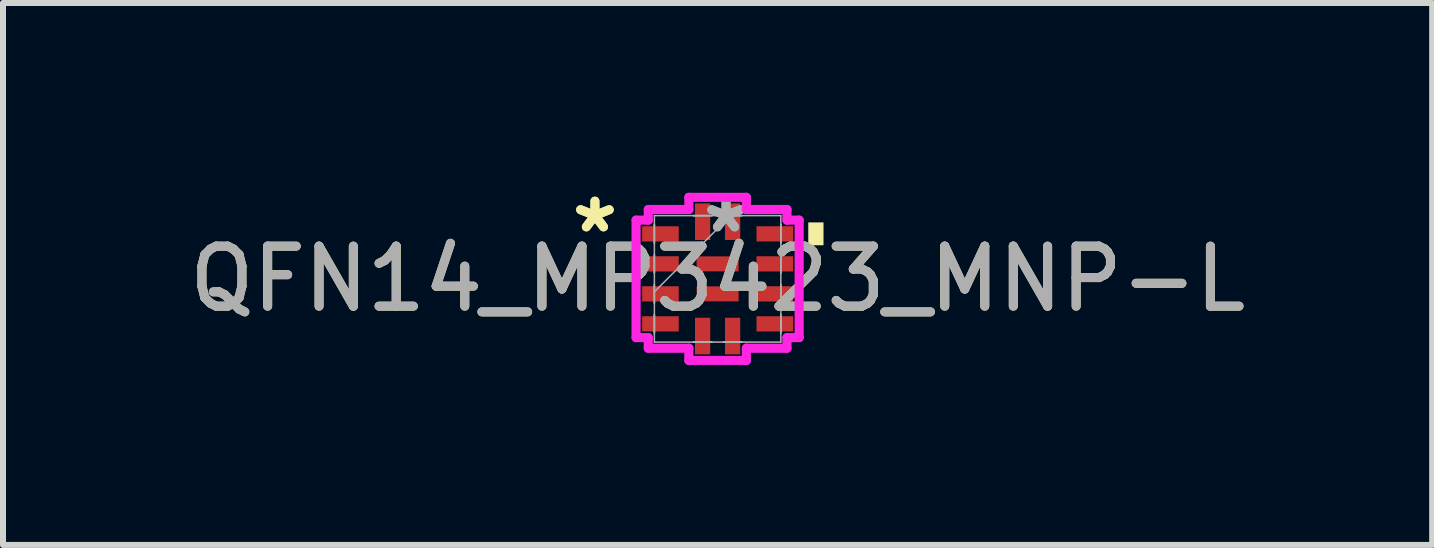
<source format=kicad_pcb>
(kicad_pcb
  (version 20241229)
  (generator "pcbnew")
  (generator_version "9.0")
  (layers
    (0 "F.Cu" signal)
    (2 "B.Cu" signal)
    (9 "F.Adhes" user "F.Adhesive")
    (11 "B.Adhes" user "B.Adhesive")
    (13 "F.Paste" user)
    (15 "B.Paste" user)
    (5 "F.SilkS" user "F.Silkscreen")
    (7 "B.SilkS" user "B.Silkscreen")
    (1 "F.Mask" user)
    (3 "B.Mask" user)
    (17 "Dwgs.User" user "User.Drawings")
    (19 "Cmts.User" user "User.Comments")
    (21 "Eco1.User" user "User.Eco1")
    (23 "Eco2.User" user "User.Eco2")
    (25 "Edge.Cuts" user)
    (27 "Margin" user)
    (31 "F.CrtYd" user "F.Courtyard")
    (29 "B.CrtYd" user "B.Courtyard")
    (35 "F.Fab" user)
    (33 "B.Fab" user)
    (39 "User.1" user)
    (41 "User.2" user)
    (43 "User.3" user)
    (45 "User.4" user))
  (footprint "QFN14_MP3423_MNP-L"
    (layer "F.Cu")
    (at 8.911 1.598)
    (property "Reference" "QFN14_MP3423_MNP-L" (at 0 0 0) (unlocked yes) (layer "F.SilkS") (effects (font (size 1 1) (thickness 0.15))))
    (attr smd)
    (fp_poly (pts (xy 1.765 -0.941) (xy 1.765 -0.56) (xy 1.511 -0.56) (xy 1.511 -0.941)) (stroke (width 0) (type solid)) (fill yes) (layer "F.SilkS"))
    (fp_line (start -1.359 -0.979) (end -1.156 -0.979) (stroke (width 0.152) (type solid)) (layer "F.CrtYd"))
    (fp_line (start -1.359 0.979) (end -1.359 -0.979) (stroke (width 0.152) (type solid)) (layer "F.CrtYd"))
    (fp_line (start -1.156 -1.156) (end -0.479 -1.156) (stroke (width 0.152) (type solid)) (layer "F.CrtYd"))
    (fp_line (start -1.156 -0.979) (end -1.156 -1.156) (stroke (width 0.152) (type solid)) (layer "F.CrtYd"))
    (fp_line (start -1.156 0.979) (end -1.359 0.979) (stroke (width 0.152) (type solid)) (layer "F.CrtYd"))
    (fp_line (start -1.156 1.156) (end -1.156 0.979) (stroke (width 0.152) (type solid)) (layer "F.CrtYd"))
    (fp_line (start -0.479 -1.359) (end 0.479 -1.359) (stroke (width 0.152) (type solid)) (layer "F.CrtYd"))
    (fp_line (start -0.479 -1.156) (end -0.479 -1.359) (stroke (width 0.152) (type solid)) (layer "F.CrtYd"))
    (fp_line (start -0.479 1.156) (end -1.156 1.156) (stroke (width 0.152) (type solid)) (layer "F.CrtYd"))
    (fp_line (start -0.479 1.359) (end -0.479 1.156) (stroke (width 0.152) (type solid)) (layer "F.CrtYd"))
    (fp_line (start 0.479 -1.359) (end 0.479 -1.156) (stroke (width 0.152) (type solid)) (layer "F.CrtYd"))
    (fp_line (start 0.479 -1.156) (end 1.156 -1.156) (stroke (width 0.152) (type solid)) (layer "F.CrtYd"))
    (fp_line (start 0.479 1.156) (end 0.479 1.359) (stroke (width 0.152) (type solid)) (layer "F.CrtYd"))
    (fp_line (start 0.479 1.359) (end -0.479 1.359) (stroke (width 0.152) (type solid)) (layer "F.CrtYd"))
    (fp_line (start 1.156 -1.156) (end 1.156 -0.979) (stroke (width 0.152) (type solid)) (layer "F.CrtYd"))
    (fp_line (start 1.156 -0.979) (end 1.359 -0.979) (stroke (width 0.152) (type solid)) (layer "F.CrtYd"))
    (fp_line (start 1.156 0.979) (end 1.156 1.156) (stroke (width 0.152) (type solid)) (layer "F.CrtYd"))
    (fp_line (start 1.156 1.156) (end 0.479 1.156) (stroke (width 0.152) (type solid)) (layer "F.CrtYd"))
    (fp_line (start 1.359 -0.979) (end 1.359 0.979) (stroke (width 0.152) (type solid)) (layer "F.CrtYd"))
    (fp_line (start 1.359 0.979) (end 1.156 0.979) (stroke (width 0.152) (type solid)) (layer "F.CrtYd"))
    (fp_line (start -1.054 -1.054) (end -1.054 1.054) (stroke (width 0.025) (type solid)) (layer "F.Fab"))
    (fp_line (start -1.054 -0.902) (end -1.054 -0.902) (stroke (width 0.025) (type solid)) (layer "F.Fab"))
    (fp_line (start -1.054 -0.902) (end -1.054 -0.598) (stroke (width 0.025) (type solid)) (layer "F.Fab"))
    (fp_line (start -1.054 -0.598) (end -1.054 -0.902) (stroke (width 0.025) (type solid)) (layer "F.Fab"))
    (fp_line (start -1.054 -0.598) (end -1.054 -0.598) (stroke (width 0.025) (type solid)) (layer "F.Fab"))
    (fp_line (start -1.054 -0.402) (end -1.054 -0.402) (stroke (width 0.025) (type solid)) (layer "F.Fab"))
    (fp_line (start -1.054 -0.402) (end -1.054 -0.098) (stroke (width 0.025) (type solid)) (layer "F.Fab"))
    (fp_line (start -1.054 -0.098) (end -1.054 -0.402) (stroke (width 0.025) (type solid)) (layer "F.Fab"))
    (fp_line (start -1.054 -0.098) (end -1.054 -0.098) (stroke (width 0.025) (type solid)) (layer "F.Fab"))
    (fp_line (start -1.054 0.098) (end -1.054 0.098) (stroke (width 0.025) (type solid)) (layer "F.Fab"))
    (fp_line (start -1.054 0.098) (end -1.054 0.402) (stroke (width 0.025) (type solid)) (layer "F.Fab"))
    (fp_line (start -1.054 0.216) (end 0.216 -1.054) (stroke (width 0.025) (type solid)) (layer "F.Fab"))
    (fp_line (start -1.054 0.402) (end -1.054 0.098) (stroke (width 0.025) (type solid)) (layer "F.Fab"))
    (fp_line (start -1.054 0.402) (end -1.054 0.402) (stroke (width 0.025) (type solid)) (layer "F.Fab"))
    (fp_line (start -1.054 0.598) (end -1.054 0.598) (stroke (width 0.025) (type solid)) (layer "F.Fab"))
    (fp_line (start -1.054 0.598) (end -1.054 0.902) (stroke (width 0.025) (type solid)) (layer "F.Fab"))
    (fp_line (start -1.054 0.902) (end -1.054 0.598) (stroke (width 0.025) (type solid)) (layer "F.Fab"))
    (fp_line (start -1.054 0.902) (end -1.054 0.902) (stroke (width 0.025) (type solid)) (layer "F.Fab"))
    (fp_line (start -1.054 1.054) (end 1.054 1.054) (stroke (width 0.025) (type solid)) (layer "F.Fab"))
    (fp_line (start -0.402 -1.054) (end -0.402 -1.054) (stroke (width 0.025) (type solid)) (layer "F.Fab"))
    (fp_line (start -0.402 -1.054) (end -0.098 -1.054) (stroke (width 0.025) (type solid)) (layer "F.Fab"))
    (fp_line (start -0.402 1.054) (end -0.402 1.054) (stroke (width 0.025) (type solid)) (layer "F.Fab"))
    (fp_line (start -0.402 1.054) (end -0.098 1.054) (stroke (width 0.025) (type solid)) (layer "F.Fab"))
    (fp_line (start -0.098 -1.054) (end -0.402 -1.054) (stroke (width 0.025) (type solid)) (layer "F.Fab"))
    (fp_line (start -0.098 -1.054) (end -0.098 -1.054) (stroke (width 0.025) (type solid)) (layer "F.Fab"))
    (fp_line (start -0.098 1.054) (end -0.402 1.054) (stroke (width 0.025) (type solid)) (layer "F.Fab"))
    (fp_line (start -0.098 1.054) (end -0.098 1.054) (stroke (width 0.025) (type solid)) (layer "F.Fab"))
    (fp_line (start 0.098 -1.054) (end 0.098 -1.054) (stroke (width 0.025) (type solid)) (layer "F.Fab"))
    (fp_line (start 0.098 -1.054) (end 0.402 -1.054) (stroke (width 0.025) (type solid)) (layer "F.Fab"))
    (fp_line (start 0.098 1.054) (end 0.098 1.054) (stroke (width 0.025) (type solid)) (layer "F.Fab"))
    (fp_line (start 0.098 1.054) (end 0.402 1.054) (stroke (width 0.025) (type solid)) (layer "F.Fab"))
    (fp_line (start 0.402 -1.054) (end 0.098 -1.054) (stroke (width 0.025) (type solid)) (layer "F.Fab"))
    (fp_line (start 0.402 -1.054) (end 0.402 -1.054) (stroke (width 0.025) (type solid)) (layer "F.Fab"))
    (fp_line (start 0.402 1.054) (end 0.098 1.054) (stroke (width 0.025) (type solid)) (layer "F.Fab"))
    (fp_line (start 0.402 1.054) (end 0.402 1.054) (stroke (width 0.025) (type solid)) (layer "F.Fab"))
    (fp_line (start 1.054 -1.054) (end -1.054 -1.054) (stroke (width 0.025) (type solid)) (layer "F.Fab"))
    (fp_line (start 1.054 -0.902) (end 1.054 -0.902) (stroke (width 0.025) (type solid)) (layer "F.Fab"))
    (fp_line (start 1.054 -0.902) (end 1.054 -0.598) (stroke (width 0.025) (type solid)) (layer "F.Fab"))
    (fp_line (start 1.054 -0.598) (end 1.054 -0.902) (stroke (width 0.025) (type solid)) (layer "F.Fab"))
    (fp_line (start 1.054 -0.598) (end 1.054 -0.598) (stroke (width 0.025) (type solid)) (layer "F.Fab"))
    (fp_line (start 1.054 -0.402) (end 1.054 -0.402) (stroke (width 0.025) (type solid)) (layer "F.Fab"))
    (fp_line (start 1.054 -0.402) (end 1.054 -0.098) (stroke (width 0.025) (type solid)) (layer "F.Fab"))
    (fp_line (start 1.054 -0.098) (end 1.054 -0.402) (stroke (width 0.025) (type solid)) (layer "F.Fab"))
    (fp_line (start 1.054 -0.098) (end 1.054 -0.098) (stroke (width 0.025) (type solid)) (layer "F.Fab"))
    (fp_line (start 1.054 0.098) (end 1.054 0.098) (stroke (width 0.025) (type solid)) (layer "F.Fab"))
    (fp_line (start 1.054 0.098) (end 1.054 0.402) (stroke (width 0.025) (type solid)) (layer "F.Fab"))
    (fp_line (start 1.054 0.402) (end 1.054 0.098) (stroke (width 0.025) (type solid)) (layer "F.Fab"))
    (fp_line (start 1.054 0.402) (end 1.054 0.402) (stroke (width 0.025) (type solid)) (layer "F.Fab"))
    (fp_line (start 1.054 0.598) (end 1.054 0.598) (stroke (width 0.025) (type solid)) (layer "F.Fab"))
    (fp_line (start 1.054 0.598) (end 1.054 0.902) (stroke (width 0.025) (type solid)) (layer "F.Fab"))
    (fp_line (start 1.054 0.902) (end 1.054 0.598) (stroke (width 0.025) (type solid)) (layer "F.Fab"))
    (fp_line (start 1.054 0.902) (end 1.054 0.902) (stroke (width 0.025) (type solid)) (layer "F.Fab"))
    (fp_line (start 1.054 1.054) (end 1.054 -1.054) (stroke (width 0.025) (type solid)) (layer "F.Fab"))
    (fp_text user "*" (at -2.045 -0.75 0) (layer "F.SilkS") (effects (font (size 1 1) (thickness 0.15))))
    (fp_text user "*" (at -2.045 -0.75 0) (unlocked yes) (layer "F.SilkS") (effects (font (size 1 1) (thickness 0.15))))
    (fp_text user "${REFERENCE}" (at 0 0 0) (unlocked yes) (layer "F.Fab") (effects (font (size 1 1) (thickness 0.15))))
    (fp_text user "*" (at 0.14 -0.75 0) (layer "F.Fab") (effects (font (size 1 1) (thickness 0.15))))
    (fp_text user "*" (at 0.14 -0.75 0) (unlocked yes) (layer "F.Fab") (effects (font (size 1 1) (thickness 0.15))))
    (pad "1" smd rect (at -0.953 -0.75 90) (size 0.254 0.61) (layers "F.Cu" "F.Mask" "F.Paste"))
    (pad "2" smd rect (at -0.953 -0.25 90) (size 0.254 0.61) (layers "F.Cu" "F.Mask" "F.Paste"))
    (pad "3" smd rect (at -0.953 0.25 90) (size 0.254 0.61) (layers "F.Cu" "F.Mask" "F.Paste"))
    (pad "4" smd rect (at -0.953 0.75 90) (size 0.254 0.61) (layers "F.Cu" "F.Mask" "F.Paste"))
    (pad "5" smd rect (at -0.25 0.953) (size 0.254 0.61) (layers "F.Cu" "F.Mask" "F.Paste"))
    (pad "6" smd rect (at 0.25 0.953) (size 0.254 0.61) (layers "F.Cu" "F.Mask" "F.Paste"))
    (pad "7" smd rect (at 0.953 0.75 90) (size 0.254 0.61) (layers "F.Cu" "F.Mask" "F.Paste"))
    (pad "8" smd rect (at 0.953 0.25 90) (size 0.254 0.61) (layers "F.Cu" "F.Mask" "F.Paste"))
    (pad "9" smd rect (at 0.953 -0.25 90) (size 0.254 0.61) (layers "F.Cu" "F.Mask" "F.Paste"))
    (pad "10" smd rect (at 0.953 -0.75 90) (size 0.254 0.61) (layers "F.Cu" "F.Mask" "F.Paste"))
    (pad "11" smd rect (at 0.25 -0.953) (size 0.254 0.61) (layers "F.Cu" "F.Mask" "F.Paste"))
    (pad "12" smd rect (at -0.25 -0.953) (size 0.254 0.61) (layers "F.Cu" "F.Mask" "F.Paste"))
    (pad "13" smd rect (at 0 -0.25) (size 0.7 0.25) (layers "F.Cu" "F.Mask" "F.Paste"))
    (pad "14" smd rect (at 0 0.25) (size 0.7 0.25) (layers "F.Cu" "F.Mask" "F.Paste")))
  (gr_rect
    (start -3 -3)
    (end 20.821 6.033)
    (stroke (width 0.1) (type default))
    (fill no)
    (layer "Edge.Cuts")))
</source>
